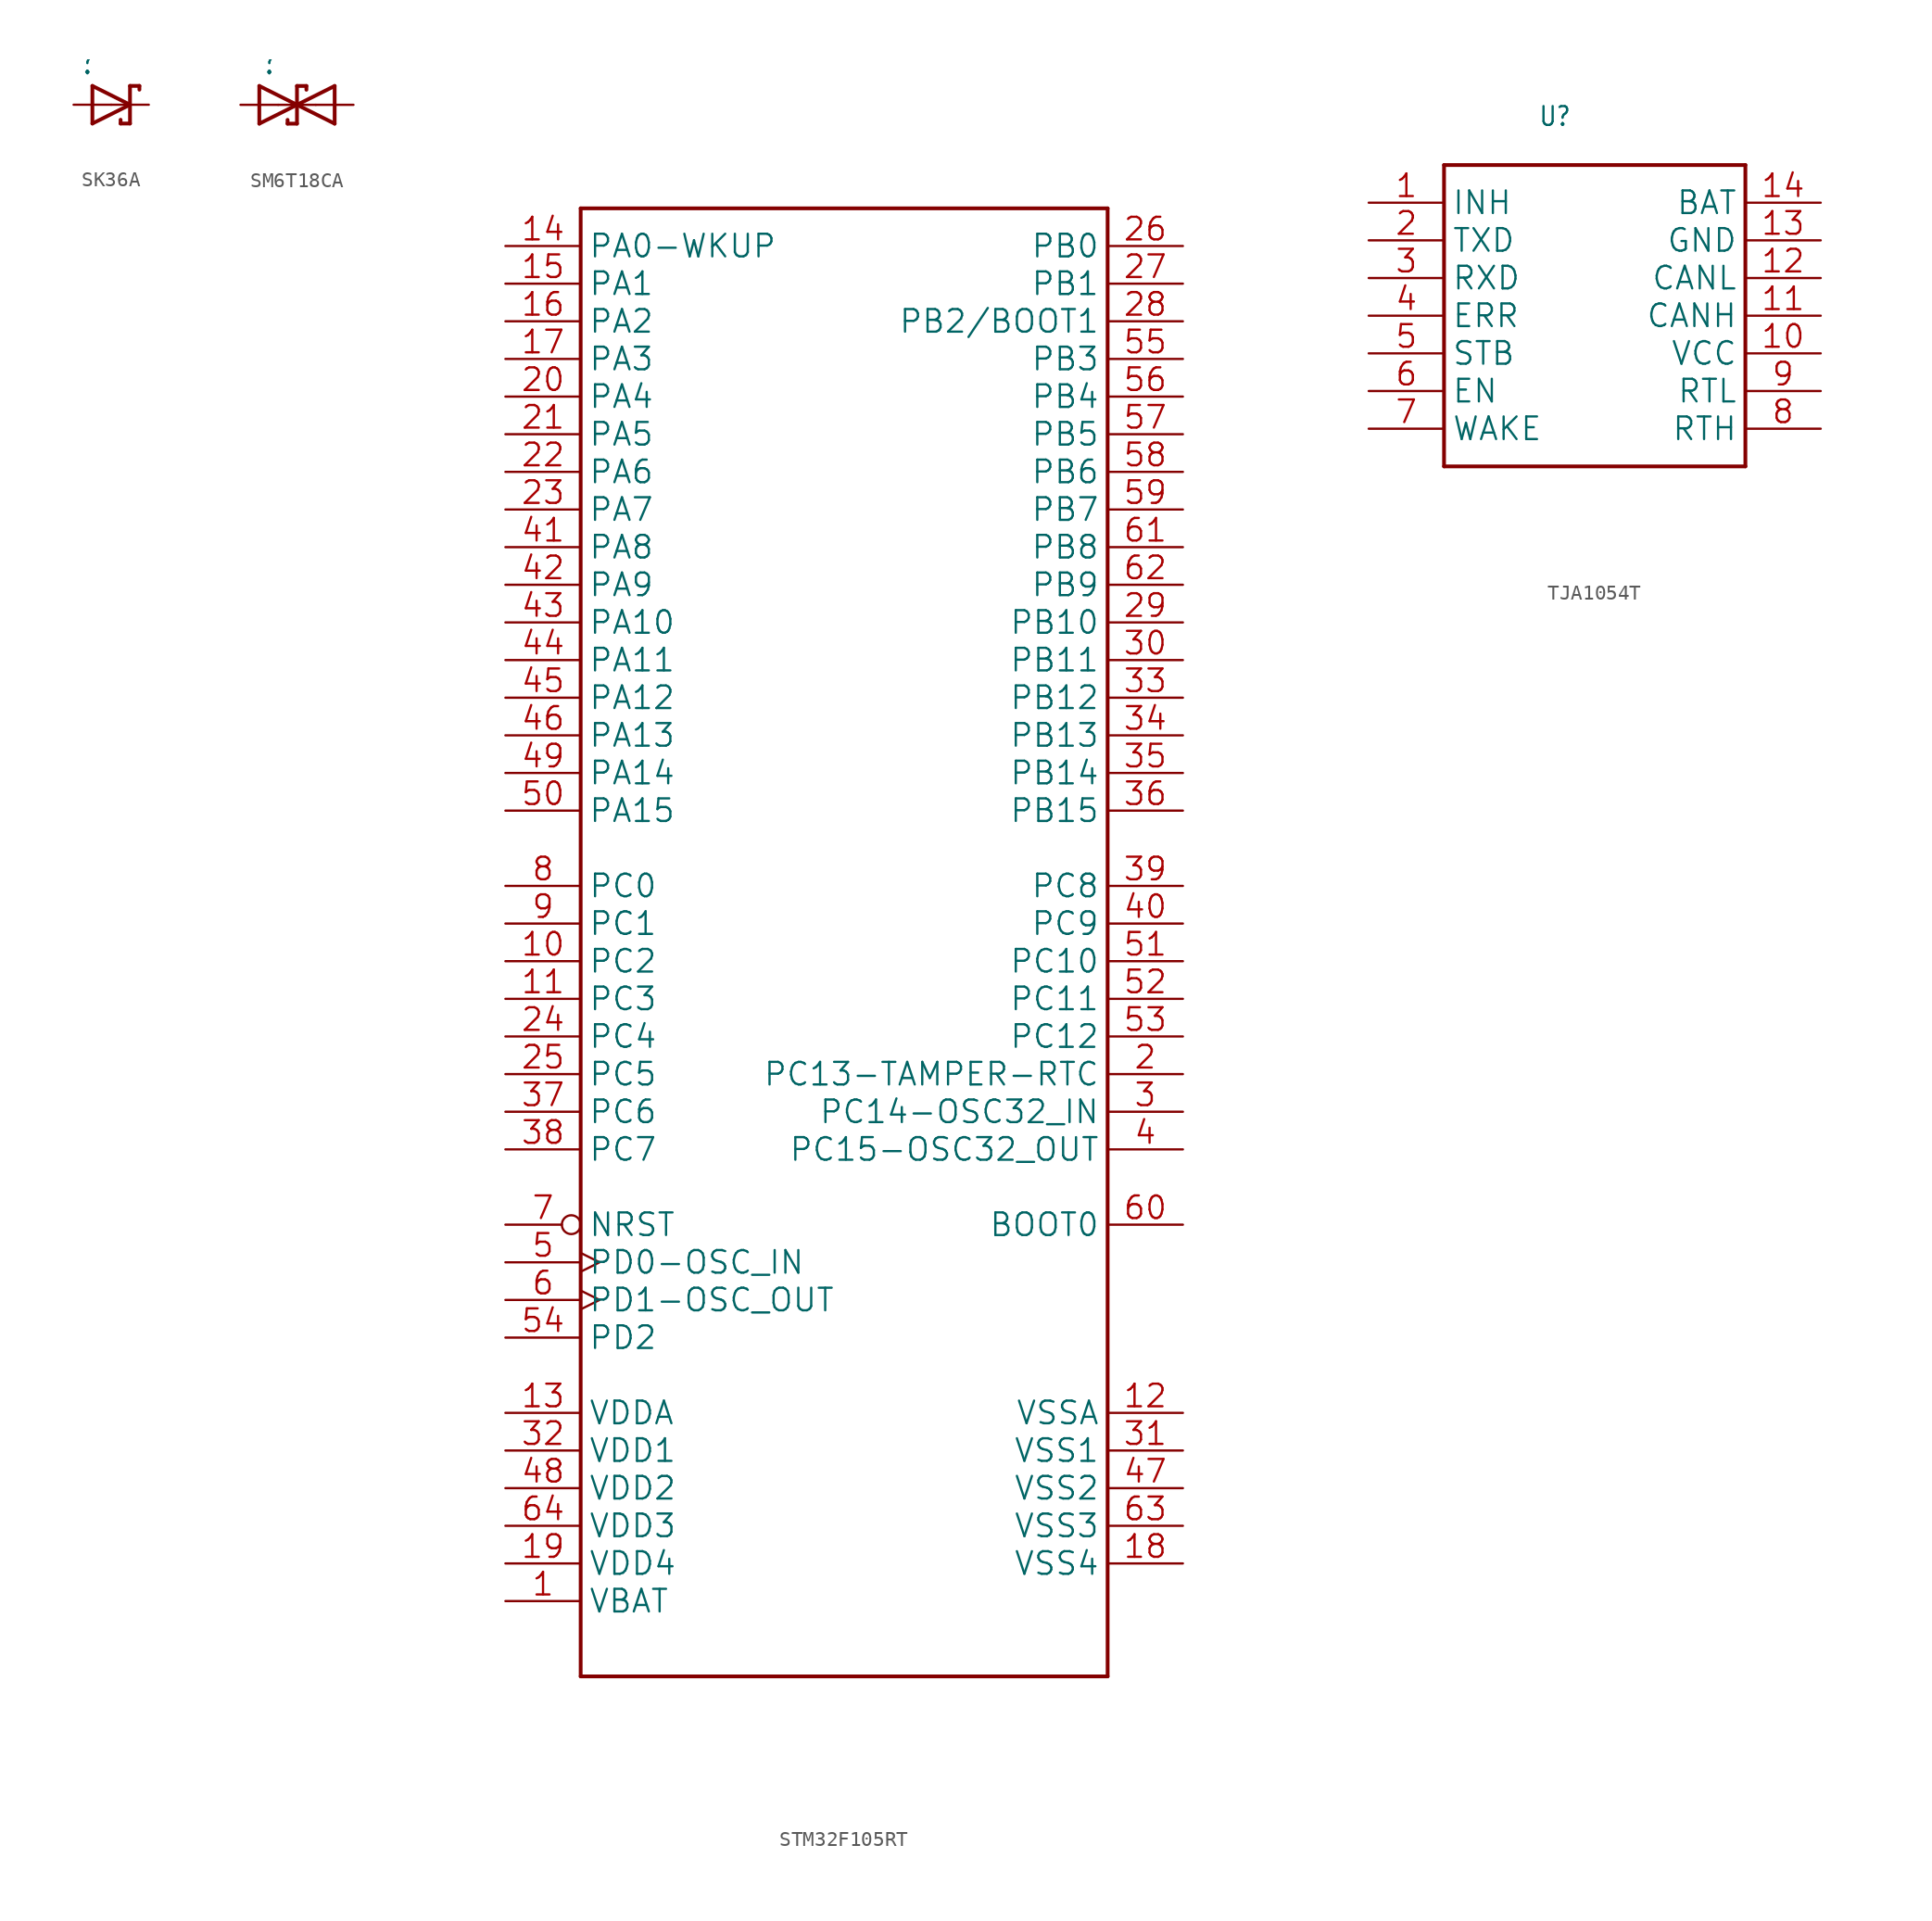
<source format=kicad_sym>
(kicad_symbol_lib
  (version 20241209)
  (generator "kicad_symbol_editor")
  (generator_version "9.0")
  (symbol "SK36A"
    (property "Reference" ""
      (at -2.286 1.905 0)
      (effects (font (size 1.778 1.511)) (justify left bottom)))
    (property "Value" ""
      (at -2.286 -3.429 0)
      (effects (font (size 1.778 1.511)) (justify left bottom)))
    (property "ki_locked" ""
      (at 0 0 0)
      (effects (font (size 1.27 1.27))))
    (symbol "SK36A_1_0"
      (polyline (pts (xy -1.27 1.27) (xy -1.27 -1.27)) (stroke (width 0.254) (type solid)) (fill (type none)))
      (polyline (pts (xy -1.27 -1.27) (xy 1.27 0)) (stroke (width 0.254) (type solid)) (fill (type none)))
      (polyline (pts (xy 0.635 -1.016) (xy 0.635 -1.27)) (stroke (width 0.254) (type solid)) (fill (type none)))
      (polyline (pts (xy 1.27 1.27) (xy 1.27 0)) (stroke (width 0.254) (type solid)) (fill (type none)))
      (polyline (pts (xy 1.27 0) (xy -1.27 1.27)) (stroke (width 0.254) (type solid)) (fill (type none)))
      (polyline (pts (xy 1.27 0) (xy 1.27 -1.27)) (stroke (width 0.254) (type solid)) (fill (type none)))
      (polyline (pts (xy 1.27 -1.27) (xy 0.635 -1.27)) (stroke (width 0.254) (type solid)) (fill (type none)))
      (polyline (pts (xy 1.905 1.27) (xy 1.27 1.27)) (stroke (width 0.254) (type solid)) (fill (type none)))
      (polyline (pts (xy 1.905 1.27) (xy 1.905 1.016)) (stroke (width 0.254) (type solid)) (fill (type none)))
      (pin passive line (at -2.54 0 0) (length 2.54) (name "A" (effects (font (size 0 0)))) (number "A" (effects (font (size 0 0)))))
      (pin passive line (at 2.54 0 180) (length 2.54) (name "C" (effects (font (size 0 0)))) (number "C" (effects (font (size 0 0)))))))
  (symbol "SM6T18CA"
    (property "Reference" ""
      (at -1.27 1.905 0)
      (effects (font (size 1.778 1.511)) (justify left bottom)))
    (property "Value" ""
      (at -1.27 -3.429 0)
      (effects (font (size 1.778 1.511)) (justify left bottom)))
    (property "ki_locked" ""
      (at 0 0 0)
      (effects (font (size 1.27 1.27))))
    (symbol "SM6T18CA_1_0"
      (polyline (pts (xy -1.27 1.27) (xy -1.27 -1.27)) (stroke (width 0.254) (type solid)) (fill (type none)))
      (polyline (pts (xy -1.27 -1.27) (xy 1.27 0)) (stroke (width 0.254) (type solid)) (fill (type none)))
      (polyline (pts (xy 0 0) (xy 1.27 0)) (stroke (width 0.152) (type solid)) (fill (type none)))
      (polyline (pts (xy 0.635 -1.016) (xy 0.635 -1.27)) (stroke (width 0.254) (type solid)) (fill (type none)))
      (polyline (pts (xy 1.27 1.27) (xy 1.27 0)) (stroke (width 0.254) (type solid)) (fill (type none)))
      (polyline (pts (xy 1.27 0) (xy -1.27 1.27)) (stroke (width 0.254) (type solid)) (fill (type none)))
      (polyline (pts (xy 1.27 0) (xy 1.27 -1.27)) (stroke (width 0.254) (type solid)) (fill (type none)))
      (polyline (pts (xy 1.27 0) (xy 2.54 0)) (stroke (width 0.152) (type solid)) (fill (type none)))
      (polyline (pts (xy 1.27 0) (xy 3.81 1.27)) (stroke (width 0.254) (type solid)) (fill (type none)))
      (polyline (pts (xy 1.27 -1.27) (xy 0.635 -1.27)) (stroke (width 0.254) (type solid)) (fill (type none)))
      (polyline (pts (xy 1.905 1.27) (xy 1.27 1.27)) (stroke (width 0.254) (type solid)) (fill (type none)))
      (polyline (pts (xy 1.905 1.27) (xy 1.905 1.016)) (stroke (width 0.254) (type solid)) (fill (type none)))
      (polyline (pts (xy 3.81 1.27) (xy 3.81 -1.27)) (stroke (width 0.254) (type solid)) (fill (type none)))
      (polyline (pts (xy 3.81 -1.27) (xy 1.27 0)) (stroke (width 0.254) (type solid)) (fill (type none)))
      (pin passive line (at -2.54 0 0) (length 2.54) (name "1" (effects (font (size 0 0)))) (number "A" (effects (font (size 0 0)))))
      (pin passive line (at 5.08 0 180) (length 2.54) (name "2" (effects (font (size 0 0)))) (number "C" (effects (font (size 0 0)))))))
  (symbol "STM32F105RT"
    (property "Reference" "IC"
      (at -5.08 48.26 0)
      (effects (font (size 1.778 1.511)) (justify left bottom) (hide yes)))
    (property "ki_locked" ""
      (at 0 0 0)
      (effects (font (size 1.27 1.27))))
    (symbol "STM32F105RT_1_0"
      (polyline (pts (xy -17.78 45.72) (xy 17.78 45.72)) (stroke (width 0.254) (type solid)) (fill (type none)))
      (polyline (pts (xy -17.78 -53.34) (xy -17.78 45.72)) (stroke (width 0.254) (type solid)) (fill (type none)))
      (polyline (pts (xy 17.78 45.72) (xy 17.78 -53.34)) (stroke (width 0.254) (type solid)) (fill (type none)))
      (polyline (pts (xy 17.78 -53.34) (xy -17.78 -53.34)) (stroke (width 0.254) (type solid)) (fill (type none)))
      (pin bidirectional line (at -22.86 43.18 0) (length 5.08) (name "PA0-WKUP" (effects (font (size 1.524 1.524)))) (number "14" (effects (font (size 1.524 1.524)))))
      (pin bidirectional line (at -22.86 40.64 0) (length 5.08) (name "PA1" (effects (font (size 1.524 1.524)))) (number "15" (effects (font (size 1.524 1.524)))))
      (pin bidirectional line (at -22.86 38.1 0) (length 5.08) (name "PA2" (effects (font (size 1.524 1.524)))) (number "16" (effects (font (size 1.524 1.524)))))
      (pin bidirectional line (at -22.86 35.56 0) (length 5.08) (name "PA3" (effects (font (size 1.524 1.524)))) (number "17" (effects (font (size 1.524 1.524)))))
      (pin bidirectional line (at -22.86 33.02 0) (length 5.08) (name "PA4" (effects (font (size 1.524 1.524)))) (number "20" (effects (font (size 1.524 1.524)))))
      (pin bidirectional line (at -22.86 30.48 0) (length 5.08) (name "PA5" (effects (font (size 1.524 1.524)))) (number "21" (effects (font (size 1.524 1.524)))))
      (pin bidirectional line (at -22.86 27.94 0) (length 5.08) (name "PA6" (effects (font (size 1.524 1.524)))) (number "22" (effects (font (size 1.524 1.524)))))
      (pin bidirectional line (at -22.86 25.4 0) (length 5.08) (name "PA7" (effects (font (size 1.524 1.524)))) (number "23" (effects (font (size 1.524 1.524)))))
      (pin bidirectional line (at -22.86 22.86 0) (length 5.08) (name "PA8" (effects (font (size 1.524 1.524)))) (number "41" (effects (font (size 1.524 1.524)))))
      (pin bidirectional line (at -22.86 20.32 0) (length 5.08) (name "PA9" (effects (font (size 1.524 1.524)))) (number "42" (effects (font (size 1.524 1.524)))))
      (pin bidirectional line (at -22.86 17.78 0) (length 5.08) (name "PA10" (effects (font (size 1.524 1.524)))) (number "43" (effects (font (size 1.524 1.524)))))
      (pin bidirectional line (at -22.86 15.24 0) (length 5.08) (name "PA11" (effects (font (size 1.524 1.524)))) (number "44" (effects (font (size 1.524 1.524)))))
      (pin bidirectional line (at -22.86 12.7 0) (length 5.08) (name "PA12" (effects (font (size 1.524 1.524)))) (number "45" (effects (font (size 1.524 1.524)))))
      (pin bidirectional line (at -22.86 10.16 0) (length 5.08) (name "PA13" (effects (font (size 1.524 1.524)))) (number "46" (effects (font (size 1.524 1.524)))))
      (pin bidirectional line (at -22.86 7.62 0) (length 5.08) (name "PA14" (effects (font (size 1.524 1.524)))) (number "49" (effects (font (size 1.524 1.524)))))
      (pin bidirectional line (at -22.86 5.08 0) (length 5.08) (name "PA15" (effects (font (size 1.524 1.524)))) (number "50" (effects (font (size 1.524 1.524)))))
      (pin bidirectional line (at -22.86 0 0) (length 5.08) (name "PC0" (effects (font (size 1.524 1.524)))) (number "8" (effects (font (size 1.524 1.524)))))
      (pin bidirectional line (at -22.86 -2.54 0) (length 5.08) (name "PC1" (effects (font (size 1.524 1.524)))) (number "9" (effects (font (size 1.524 1.524)))))
      (pin bidirectional line (at -22.86 -5.08 0) (length 5.08) (name "PC2" (effects (font (size 1.524 1.524)))) (number "10" (effects (font (size 1.524 1.524)))))
      (pin bidirectional line (at -22.86 -7.62 0) (length 5.08) (name "PC3" (effects (font (size 1.524 1.524)))) (number "11" (effects (font (size 1.524 1.524)))))
      (pin bidirectional line (at -22.86 -10.16 0) (length 5.08) (name "PC4" (effects (font (size 1.524 1.524)))) (number "24" (effects (font (size 1.524 1.524)))))
      (pin bidirectional line (at -22.86 -12.7 0) (length 5.08) (name "PC5" (effects (font (size 1.524 1.524)))) (number "25" (effects (font (size 1.524 1.524)))))
      (pin bidirectional line (at -22.86 -15.24 0) (length 5.08) (name "PC6" (effects (font (size 1.524 1.524)))) (number "37" (effects (font (size 1.524 1.524)))))
      (pin bidirectional line (at -22.86 -17.78 0) (length 5.08) (name "PC7" (effects (font (size 1.524 1.524)))) (number "38" (effects (font (size 1.524 1.524)))))
      (pin bidirectional inverted (at -22.86 -22.86 0) (length 5.08) (name "NRST" (effects (font (size 1.524 1.524)))) (number "7" (effects (font (size 1.524 1.524)))))
      (pin bidirectional clock (at -22.86 -25.4 0) (length 5.08) (name "PD0-OSC_IN" (effects (font (size 1.524 1.524)))) (number "5" (effects (font (size 1.524 1.524)))))
      (pin bidirectional clock (at -22.86 -27.94 0) (length 5.08) (name "PD1-OSC_OUT" (effects (font (size 1.524 1.524)))) (number "6" (effects (font (size 1.524 1.524)))))
      (pin bidirectional line (at -22.86 -30.48 0) (length 5.08) (name "PD2" (effects (font (size 1.524 1.524)))) (number "54" (effects (font (size 1.524 1.524)))))
      (pin power_in line (at -22.86 -35.56 0) (length 5.08) (name "VDDA" (effects (font (size 1.524 1.524)))) (number "13" (effects (font (size 1.524 1.524)))))
      (pin power_in line (at -22.86 -38.1 0) (length 5.08) (name "VDD1" (effects (font (size 1.524 1.524)))) (number "32" (effects (font (size 1.524 1.524)))))
      (pin power_in line (at -22.86 -40.64 0) (length 5.08) (name "VDD2" (effects (font (size 1.524 1.524)))) (number "48" (effects (font (size 1.524 1.524)))))
      (pin power_in line (at -22.86 -43.18 0) (length 5.08) (name "VDD3" (effects (font (size 1.524 1.524)))) (number "64" (effects (font (size 1.524 1.524)))))
      (pin power_in line (at -22.86 -45.72 0) (length 5.08) (name "VDD4" (effects (font (size 1.524 1.524)))) (number "19" (effects (font (size 1.524 1.524)))))
      (pin power_in line (at -22.86 -48.26 0) (length 5.08) (name "VBAT" (effects (font (size 1.524 1.524)))) (number "1" (effects (font (size 1.524 1.524)))))
      (pin bidirectional line (at 22.86 43.18 180) (length 5.08) (name "PB0" (effects (font (size 1.524 1.524)))) (number "26" (effects (font (size 1.524 1.524)))))
      (pin bidirectional line (at 22.86 40.64 180) (length 5.08) (name "PB1" (effects (font (size 1.524 1.524)))) (number "27" (effects (font (size 1.524 1.524)))))
      (pin bidirectional line (at 22.86 38.1 180) (length 5.08) (name "PB2/BOOT1" (effects (font (size 1.524 1.524)))) (number "28" (effects (font (size 1.524 1.524)))))
      (pin bidirectional line (at 22.86 35.56 180) (length 5.08) (name "PB3" (effects (font (size 1.524 1.524)))) (number "55" (effects (font (size 1.524 1.524)))))
      (pin bidirectional line (at 22.86 33.02 180) (length 5.08) (name "PB4" (effects (font (size 1.524 1.524)))) (number "56" (effects (font (size 1.524 1.524)))))
      (pin bidirectional line (at 22.86 30.48 180) (length 5.08) (name "PB5" (effects (font (size 1.524 1.524)))) (number "57" (effects (font (size 1.524 1.524)))))
      (pin bidirectional line (at 22.86 27.94 180) (length 5.08) (name "PB6" (effects (font (size 1.524 1.524)))) (number "58" (effects (font (size 1.524 1.524)))))
      (pin bidirectional line (at 22.86 25.4 180) (length 5.08) (name "PB7" (effects (font (size 1.524 1.524)))) (number "59" (effects (font (size 1.524 1.524)))))
      (pin bidirectional line (at 22.86 22.86 180) (length 5.08) (name "PB8" (effects (font (size 1.524 1.524)))) (number "61" (effects (font (size 1.524 1.524)))))
      (pin bidirectional line (at 22.86 20.32 180) (length 5.08) (name "PB9" (effects (font (size 1.524 1.524)))) (number "62" (effects (font (size 1.524 1.524)))))
      (pin bidirectional line (at 22.86 17.78 180) (length 5.08) (name "PB10" (effects (font (size 1.524 1.524)))) (number "29" (effects (font (size 1.524 1.524)))))
      (pin bidirectional line (at 22.86 15.24 180) (length 5.08) (name "PB11" (effects (font (size 1.524 1.524)))) (number "30" (effects (font (size 1.524 1.524)))))
      (pin bidirectional line (at 22.86 12.7 180) (length 5.08) (name "PB12" (effects (font (size 1.524 1.524)))) (number "33" (effects (font (size 1.524 1.524)))))
      (pin bidirectional line (at 22.86 10.16 180) (length 5.08) (name "PB13" (effects (font (size 1.524 1.524)))) (number "34" (effects (font (size 1.524 1.524)))))
      (pin bidirectional line (at 22.86 7.62 180) (length 5.08) (name "PB14" (effects (font (size 1.524 1.524)))) (number "35" (effects (font (size 1.524 1.524)))))
      (pin bidirectional line (at 22.86 5.08 180) (length 5.08) (name "PB15" (effects (font (size 1.524 1.524)))) (number "36" (effects (font (size 1.524 1.524)))))
      (pin bidirectional line (at 22.86 0 180) (length 5.08) (name "PC8" (effects (font (size 1.524 1.524)))) (number "39" (effects (font (size 1.524 1.524)))))
      (pin bidirectional line (at 22.86 -2.54 180) (length 5.08) (name "PC9" (effects (font (size 1.524 1.524)))) (number "40" (effects (font (size 1.524 1.524)))))
      (pin bidirectional line (at 22.86 -5.08 180) (length 5.08) (name "PC10" (effects (font (size 1.524 1.524)))) (number "51" (effects (font (size 1.524 1.524)))))
      (pin bidirectional line (at 22.86 -7.62 180) (length 5.08) (name "PC11" (effects (font (size 1.524 1.524)))) (number "52" (effects (font (size 1.524 1.524)))))
      (pin bidirectional line (at 22.86 -10.16 180) (length 5.08) (name "PC12" (effects (font (size 1.524 1.524)))) (number "53" (effects (font (size 1.524 1.524)))))
      (pin bidirectional line (at 22.86 -12.7 180) (length 5.08) (name "PC13-TAMPER-RTC" (effects (font (size 1.524 1.524)))) (number "2" (effects (font (size 1.524 1.524)))))
      (pin bidirectional line (at 22.86 -15.24 180) (length 5.08) (name "PC14-OSC32_IN" (effects (font (size 1.524 1.524)))) (number "3" (effects (font (size 1.524 1.524)))))
      (pin bidirectional line (at 22.86 -17.78 180) (length 5.08) (name "PC15-OSC32_OUT" (effects (font (size 1.524 1.524)))) (number "4" (effects (font (size 1.524 1.524)))))
      (pin input line (at 22.86 -22.86 180) (length 5.08) (name "BOOT0" (effects (font (size 1.524 1.524)))) (number "60" (effects (font (size 1.524 1.524)))))
      (pin power_in line (at 22.86 -35.56 180) (length 5.08) (name "VSSA" (effects (font (size 1.524 1.524)))) (number "12" (effects (font (size 1.524 1.524)))))
      (pin power_in line (at 22.86 -38.1 180) (length 5.08) (name "VSS1" (effects (font (size 1.524 1.524)))) (number "31" (effects (font (size 1.524 1.524)))))
      (pin power_in line (at 22.86 -40.64 180) (length 5.08) (name "VSS2" (effects (font (size 1.524 1.524)))) (number "47" (effects (font (size 1.524 1.524)))))
      (pin power_in line (at 22.86 -43.18 180) (length 5.08) (name "VSS3" (effects (font (size 1.524 1.524)))) (number "63" (effects (font (size 1.524 1.524)))))
      (pin power_in line (at 22.86 -45.72 180) (length 5.08) (name "VSS4" (effects (font (size 1.524 1.524)))) (number "18" (effects (font (size 1.524 1.524)))))))
  (symbol "TJA1054T"
    (property "Reference" "U"
      (at -3.81 12.7 0)
      (effects (font (size 1.27 1.079)) (justify left bottom)))
    (property "Value" ""
      (at -3.302 -14.732 0)
      (effects (font (size 1.27 1.079)) (justify left bottom)))
    (property "ki_locked" ""
      (at 0 0 0)
      (effects (font (size 1.27 1.27))))
    (symbol "TJA1054T_1_0"
      (polyline (pts (xy -10.16 10.16) (xy -10.16 -10.16)) (stroke (width 0.254) (type solid)) (fill (type none)))
      (polyline (pts (xy -10.16 -10.16) (xy 10.16 -10.16)) (stroke (width 0.254) (type solid)) (fill (type none)))
      (polyline (pts (xy 10.16 10.16) (xy -10.16 10.16)) (stroke (width 0.254) (type solid)) (fill (type none)))
      (polyline (pts (xy 10.16 -10.16) (xy 10.16 10.16)) (stroke (width 0.254) (type solid)) (fill (type none)))
      (pin output line (at -15.24 7.62 0) (length 5.08) (name "INH" (effects (font (size 1.524 1.524)))) (number "1" (effects (font (size 1.524 1.524)))))
      (pin bidirectional line (at -15.24 5.08 0) (length 5.08) (name "TXD" (effects (font (size 1.524 1.524)))) (number "2" (effects (font (size 1.524 1.524)))))
      (pin bidirectional line (at -15.24 2.54 0) (length 5.08) (name "RXD" (effects (font (size 1.524 1.524)))) (number "3" (effects (font (size 1.524 1.524)))))
      (pin output line (at -15.24 0 0) (length 5.08) (name "ERR" (effects (font (size 1.524 1.524)))) (number "4" (effects (font (size 1.524 1.524)))))
      (pin input line (at -15.24 -2.54 0) (length 5.08) (name "STB" (effects (font (size 1.524 1.524)))) (number "5" (effects (font (size 1.524 1.524)))))
      (pin input line (at -15.24 -5.08 0) (length 5.08) (name "EN" (effects (font (size 1.524 1.524)))) (number "6" (effects (font (size 1.524 1.524)))))
      (pin input line (at -15.24 -7.62 0) (length 5.08) (name "WAKE" (effects (font (size 1.524 1.524)))) (number "7" (effects (font (size 1.524 1.524)))))
      (pin input line (at 15.24 7.62 180) (length 5.08) (name "BAT" (effects (font (size 1.524 1.524)))) (number "14" (effects (font (size 1.524 1.524)))))
      (pin power_in line (at 15.24 5.08 180) (length 5.08) (name "GND" (effects (font (size 1.524 1.524)))) (number "13" (effects (font (size 1.524 1.524)))))
      (pin bidirectional line (at 15.24 2.54 180) (length 5.08) (name "CANL" (effects (font (size 1.524 1.524)))) (number "12" (effects (font (size 1.524 1.524)))))
      (pin bidirectional line (at 15.24 0 180) (length 5.08) (name "CANH" (effects (font (size 1.524 1.524)))) (number "11" (effects (font (size 1.524 1.524)))))
      (pin power_in line (at 15.24 -2.54 180) (length 5.08) (name "VCC" (effects (font (size 1.524 1.524)))) (number "10" (effects (font (size 1.524 1.524)))))
      (pin bidirectional line (at 15.24 -5.08 180) (length 5.08) (name "RTL" (effects (font (size 1.524 1.524)))) (number "9" (effects (font (size 1.524 1.524)))))
      (pin bidirectional line (at 15.24 -7.62 180) (length 5.08) (name "RTH" (effects (font (size 1.524 1.524)))) (number "8" (effects (font (size 1.524 1.524))))))))
</source>
